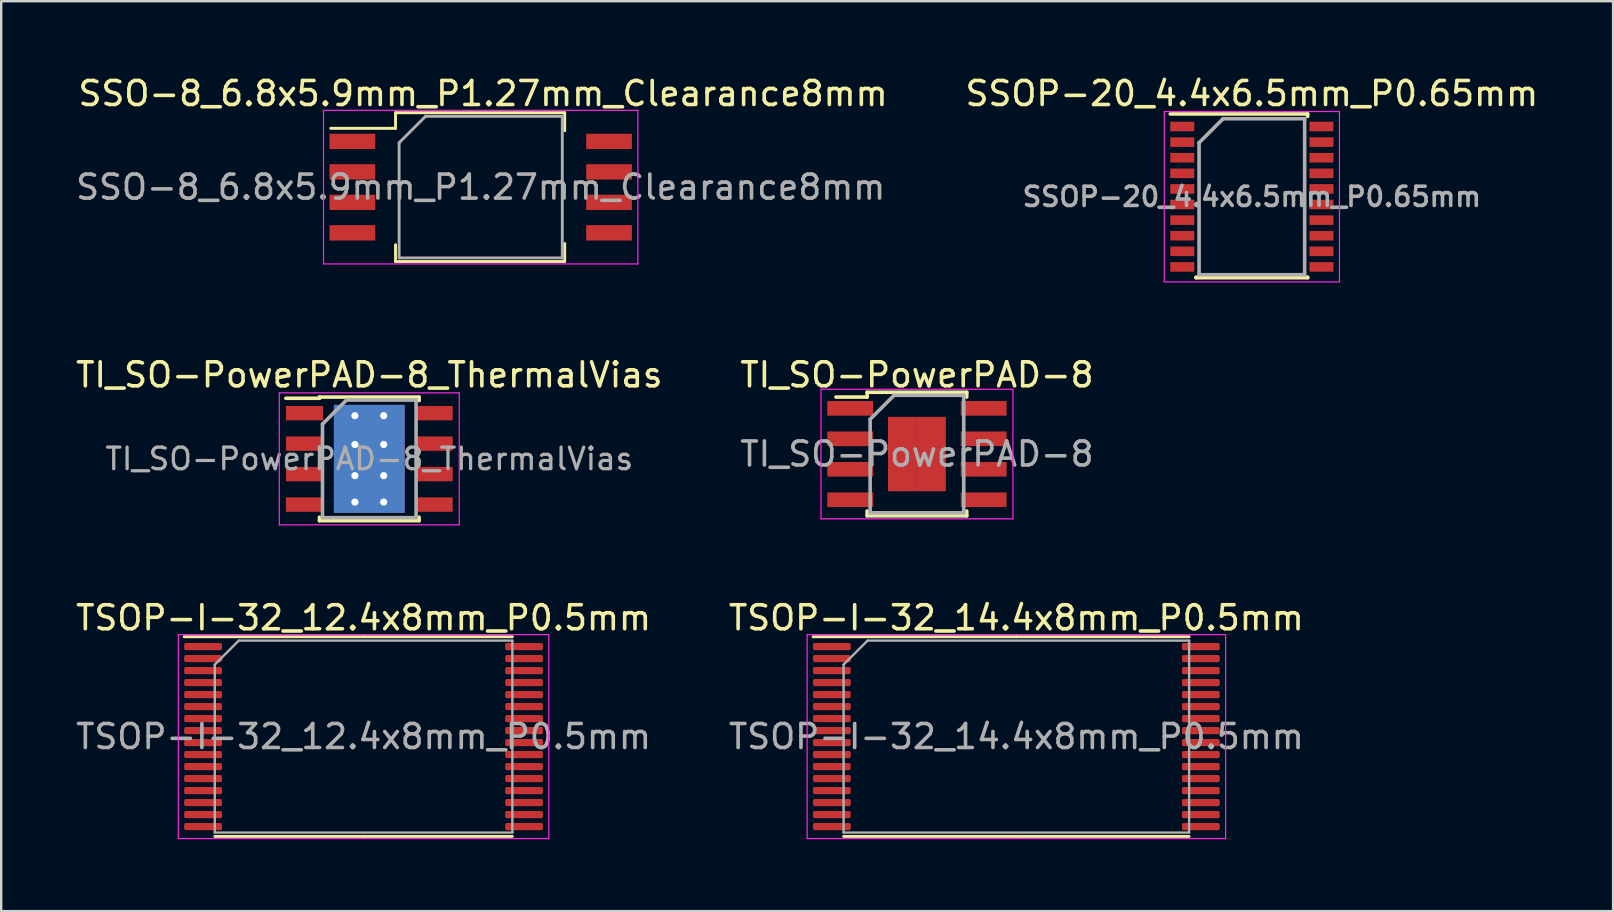
<source format=kicad_pcb>
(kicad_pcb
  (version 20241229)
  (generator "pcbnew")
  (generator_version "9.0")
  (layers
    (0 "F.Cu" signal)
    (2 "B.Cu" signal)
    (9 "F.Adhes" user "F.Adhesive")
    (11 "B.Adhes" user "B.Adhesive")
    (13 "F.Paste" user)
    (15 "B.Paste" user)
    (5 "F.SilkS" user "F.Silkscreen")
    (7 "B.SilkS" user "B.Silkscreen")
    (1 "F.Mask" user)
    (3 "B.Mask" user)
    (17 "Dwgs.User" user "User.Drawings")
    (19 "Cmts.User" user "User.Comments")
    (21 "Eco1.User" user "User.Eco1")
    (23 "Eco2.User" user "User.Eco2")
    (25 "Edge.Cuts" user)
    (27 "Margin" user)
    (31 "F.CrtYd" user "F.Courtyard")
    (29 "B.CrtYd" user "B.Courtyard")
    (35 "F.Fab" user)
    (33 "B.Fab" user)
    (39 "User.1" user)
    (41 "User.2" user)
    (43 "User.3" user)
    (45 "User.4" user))
  (footprint "SSO-8_6.8x5.9mm_P1.27mm_Clearance8mm"
    (layer "F.Cu")
    (at 16.982 4.748)
    (property "Reference" "SSO-8_6.8x5.9mm_P1.27mm_Clearance8mm" (at 0.1 -3.9 0) (layer "F.SilkS") (effects (font (size 1 1) (thickness 0.15))))
    (attr smd)
    (fp_line (start -3.55 -3.1) (end -3.55 -2.45) (stroke (width 0.12) (type solid)) (layer "F.SilkS"))
    (fp_line (start -3.55 -2.45) (end -6.25 -2.45) (stroke (width 0.12) (type solid)) (layer "F.SilkS"))
    (fp_line (start -3.55 2.4) (end -3.55 3.1) (stroke (width 0.12) (type solid)) (layer "F.SilkS"))
    (fp_line (start -3.55 3.1) (end 3.5 3.1) (stroke (width 0.12) (type solid)) (layer "F.SilkS"))
    (fp_line (start 3.5 -3.1) (end -3.55 -3.1) (stroke (width 0.12) (type solid)) (layer "F.SilkS"))
    (fp_line (start 3.5 -2.35) (end 3.5 -3.1) (stroke (width 0.12) (type solid)) (layer "F.SilkS"))
    (fp_line (start 3.5 3.1) (end 3.5 2.35) (stroke (width 0.12) (type solid)) (layer "F.SilkS"))
    (fp_line (start -6.55 -3.2) (end -6.55 3.2) (stroke (width 0.05) (type solid)) (layer "F.CrtYd"))
    (fp_line (start -6.55 -3.2) (end 6.55 -3.2) (stroke (width 0.05) (type solid)) (layer "F.CrtYd"))
    (fp_line (start 6.55 3.2) (end -6.55 3.2) (stroke (width 0.05) (type solid)) (layer "F.CrtYd"))
    (fp_line (start 6.55 3.2) (end 6.55 -3.2) (stroke (width 0.05) (type solid)) (layer "F.CrtYd"))
    (fp_line (start -3.4 -1.85) (end -3.4 2.95) (stroke (width 0.12) (type solid)) (layer "F.Fab"))
    (fp_line (start -3.4 2.95) (end 3.4 2.95) (stroke (width 0.12) (type solid)) (layer "F.Fab"))
    (fp_line (start -2.3 -2.95) (end -3.4 -1.85) (stroke (width 0.12) (type solid)) (layer "F.Fab"))
    (fp_line (start 3.4 -2.95) (end -2.3 -2.95) (stroke (width 0.12) (type solid)) (layer "F.Fab"))
    (fp_line (start 3.4 2.95) (end 3.4 -2.95) (stroke (width 0.12) (type solid)) (layer "F.Fab"))
    (fp_text user "${REFERENCE}" (at 0 0 0) (layer "F.Fab") (effects (font (size 1 1) (thickness 0.15))))
    (pad "1" smd rect (at -5.348 -1.905) (size 1.905 0.64) (layers "F.Cu" "F.Mask" "F.Paste"))
    (pad "2" smd rect (at -5.348 -0.635) (size 1.905 0.64) (layers "F.Cu" "F.Mask" "F.Paste"))
    (pad "3" smd rect (at -5.348 0.635) (size 1.905 0.64) (layers "F.Cu" "F.Mask" "F.Paste"))
    (pad "4" smd rect (at -5.348 1.905) (size 1.905 0.64) (layers "F.Cu" "F.Mask" "F.Paste"))
    (pad "5" smd rect (at 5.348 1.905) (size 1.905 0.64) (layers "F.Cu" "F.Mask" "F.Paste"))
    (pad "6" smd rect (at 5.348 0.635) (size 1.905 0.64) (layers "F.Cu" "F.Mask" "F.Paste"))
    (pad "7" smd rect (at 5.348 -0.635) (size 1.905 0.64) (layers "F.Cu" "F.Mask" "F.Paste"))
    (pad "8" smd rect (at 5.348 -1.905) (size 1.905 0.64) (layers "F.Cu" "F.Mask" "F.Paste")))
  (footprint "TSOP-I-32_12.4x8mm_P0.5mm"
    (layer "F.Cu")
    (at 12.101 27.645)
    (property "Reference" "TSOP-I-32_12.4x8mm_P0.5mm" (at 0 -4.95 0) (layer "F.SilkS") (effects (font (size 1 1) (thickness 0.15))))
    (attr smd)
    (fp_line (start 0 -4.16) (end -7.475 -4.16) (stroke (width 0.12) (type solid)) (layer "F.SilkS"))
    (fp_line (start 0 -4.16) (end 6.2 -4.16) (stroke (width 0.12) (type solid)) (layer "F.SilkS"))
    (fp_line (start 0 4.16) (end -6.2 4.16) (stroke (width 0.12) (type solid)) (layer "F.SilkS"))
    (fp_line (start 0 4.16) (end 6.2 4.16) (stroke (width 0.12) (type solid)) (layer "F.SilkS"))
    (fp_line (start -7.72 -4.25) (end -7.72 4.25) (stroke (width 0.05) (type solid)) (layer "F.CrtYd"))
    (fp_line (start -7.72 4.25) (end 7.72 4.25) (stroke (width 0.05) (type solid)) (layer "F.CrtYd"))
    (fp_line (start 7.72 -4.25) (end -7.72 -4.25) (stroke (width 0.05) (type solid)) (layer "F.CrtYd"))
    (fp_line (start 7.72 4.25) (end 7.72 -4.25) (stroke (width 0.05) (type solid)) (layer "F.CrtYd"))
    (fp_line (start -6.2 -3) (end -5.2 -4) (stroke (width 0.1) (type solid)) (layer "F.Fab"))
    (fp_line (start -6.2 4) (end -6.2 -3) (stroke (width 0.1) (type solid)) (layer "F.Fab"))
    (fp_line (start -5.2 -4) (end 6.2 -4) (stroke (width 0.1) (type solid)) (layer "F.Fab"))
    (fp_line (start 6.2 -4) (end 6.2 4) (stroke (width 0.1) (type solid)) (layer "F.Fab"))
    (fp_line (start 6.2 4) (end -6.2 4) (stroke (width 0.1) (type solid)) (layer "F.Fab"))
    (fp_text user "${REFERENCE}" (at 0 0 0) (layer "F.Fab") (effects (font (size 1 1) (thickness 0.15))))
    (pad "1" smd roundrect (at -6.688 -3.75) (size 1.575 0.3) (layers "F.Cu" "F.Mask" "F.Paste") (roundrect_rratio 0.25))
    (pad "2" smd roundrect (at -6.688 -3.25) (size 1.575 0.3) (layers "F.Cu" "F.Mask" "F.Paste") (roundrect_rratio 0.25))
    (pad "3" smd roundrect (at -6.688 -2.75) (size 1.575 0.3) (layers "F.Cu" "F.Mask" "F.Paste") (roundrect_rratio 0.25))
    (pad "4" smd roundrect (at -6.688 -2.25) (size 1.575 0.3) (layers "F.Cu" "F.Mask" "F.Paste") (roundrect_rratio 0.25))
    (pad "5" smd roundrect (at -6.688 -1.75) (size 1.575 0.3) (layers "F.Cu" "F.Mask" "F.Paste") (roundrect_rratio 0.25))
    (pad "6" smd roundrect (at -6.688 -1.25) (size 1.575 0.3) (layers "F.Cu" "F.Mask" "F.Paste") (roundrect_rratio 0.25))
    (pad "7" smd roundrect (at -6.688 -0.75) (size 1.575 0.3) (layers "F.Cu" "F.Mask" "F.Paste") (roundrect_rratio 0.25))
    (pad "8" smd roundrect (at -6.688 -0.25) (size 1.575 0.3) (layers "F.Cu" "F.Mask" "F.Paste") (roundrect_rratio 0.25))
    (pad "9" smd roundrect (at -6.688 0.25) (size 1.575 0.3) (layers "F.Cu" "F.Mask" "F.Paste") (roundrect_rratio 0.25))
    (pad "10" smd roundrect (at -6.688 0.75) (size 1.575 0.3) (layers "F.Cu" "F.Mask" "F.Paste") (roundrect_rratio 0.25))
    (pad "11" smd roundrect (at -6.688 1.25) (size 1.575 0.3) (layers "F.Cu" "F.Mask" "F.Paste") (roundrect_rratio 0.25))
    (pad "12" smd roundrect (at -6.688 1.75) (size 1.575 0.3) (layers "F.Cu" "F.Mask" "F.Paste") (roundrect_rratio 0.25))
    (pad "13" smd roundrect (at -6.688 2.25) (size 1.575 0.3) (layers "F.Cu" "F.Mask" "F.Paste") (roundrect_rratio 0.25))
    (pad "14" smd roundrect (at -6.688 2.75) (size 1.575 0.3) (layers "F.Cu" "F.Mask" "F.Paste") (roundrect_rratio 0.25))
    (pad "15" smd roundrect (at -6.688 3.25) (size 1.575 0.3) (layers "F.Cu" "F.Mask" "F.Paste") (roundrect_rratio 0.25))
    (pad "16" smd roundrect (at -6.688 3.75) (size 1.575 0.3) (layers "F.Cu" "F.Mask" "F.Paste") (roundrect_rratio 0.25))
    (pad "17" smd roundrect (at 6.688 3.75) (size 1.575 0.3) (layers "F.Cu" "F.Mask" "F.Paste") (roundrect_rratio 0.25))
    (pad "18" smd roundrect (at 6.688 3.25) (size 1.575 0.3) (layers "F.Cu" "F.Mask" "F.Paste") (roundrect_rratio 0.25))
    (pad "19" smd roundrect (at 6.688 2.75) (size 1.575 0.3) (layers "F.Cu" "F.Mask" "F.Paste") (roundrect_rratio 0.25))
    (pad "20" smd roundrect (at 6.688 2.25) (size 1.575 0.3) (layers "F.Cu" "F.Mask" "F.Paste") (roundrect_rratio 0.25))
    (pad "21" smd roundrect (at 6.688 1.75) (size 1.575 0.3) (layers "F.Cu" "F.Mask" "F.Paste") (roundrect_rratio 0.25))
    (pad "22" smd roundrect (at 6.688 1.25) (size 1.575 0.3) (layers "F.Cu" "F.Mask" "F.Paste") (roundrect_rratio 0.25))
    (pad "23" smd roundrect (at 6.688 0.75) (size 1.575 0.3) (layers "F.Cu" "F.Mask" "F.Paste") (roundrect_rratio 0.25))
    (pad "24" smd roundrect (at 6.688 0.25) (size 1.575 0.3) (layers "F.Cu" "F.Mask" "F.Paste") (roundrect_rratio 0.25))
    (pad "25" smd roundrect (at 6.688 -0.25) (size 1.575 0.3) (layers "F.Cu" "F.Mask" "F.Paste") (roundrect_rratio 0.25))
    (pad "26" smd roundrect (at 6.688 -0.75) (size 1.575 0.3) (layers "F.Cu" "F.Mask" "F.Paste") (roundrect_rratio 0.25))
    (pad "27" smd roundrect (at 6.688 -1.25) (size 1.575 0.3) (layers "F.Cu" "F.Mask" "F.Paste") (roundrect_rratio 0.25))
    (pad "28" smd roundrect (at 6.688 -1.75) (size 1.575 0.3) (layers "F.Cu" "F.Mask" "F.Paste") (roundrect_rratio 0.25))
    (pad "29" smd roundrect (at 6.688 -2.25) (size 1.575 0.3) (layers "F.Cu" "F.Mask" "F.Paste") (roundrect_rratio 0.25))
    (pad "30" smd roundrect (at 6.688 -2.75) (size 1.575 0.3) (layers "F.Cu" "F.Mask" "F.Paste") (roundrect_rratio 0.25))
    (pad "31" smd roundrect (at 6.688 -3.25) (size 1.575 0.3) (layers "F.Cu" "F.Mask" "F.Paste") (roundrect_rratio 0.25))
    (pad "32" smd roundrect (at 6.688 -3.75) (size 1.575 0.3) (layers "F.Cu" "F.Mask" "F.Paste") (roundrect_rratio 0.25)))
  (footprint "TSOP-I-32_14.4x8mm_P0.5mm"
    (layer "F.Cu")
    (at 39.304 27.645)
    (property "Reference" "TSOP-I-32_14.4x8mm_P0.5mm" (at 0 -4.95 0) (layer "F.SilkS") (effects (font (size 1 1) (thickness 0.15))))
    (attr smd)
    (fp_line (start 0 -4.16) (end -8.475 -4.16) (stroke (width 0.12) (type solid)) (layer "F.SilkS"))
    (fp_line (start 0 -4.16) (end 7.2 -4.16) (stroke (width 0.12) (type solid)) (layer "F.SilkS"))
    (fp_line (start 0 4.16) (end -7.2 4.16) (stroke (width 0.12) (type solid)) (layer "F.SilkS"))
    (fp_line (start 0 4.16) (end 7.2 4.16) (stroke (width 0.12) (type solid)) (layer "F.SilkS"))
    (fp_line (start -8.72 -4.25) (end -8.72 4.25) (stroke (width 0.05) (type solid)) (layer "F.CrtYd"))
    (fp_line (start -8.72 4.25) (end 8.72 4.25) (stroke (width 0.05) (type solid)) (layer "F.CrtYd"))
    (fp_line (start 8.72 -4.25) (end -8.72 -4.25) (stroke (width 0.05) (type solid)) (layer "F.CrtYd"))
    (fp_line (start 8.72 4.25) (end 8.72 -4.25) (stroke (width 0.05) (type solid)) (layer "F.CrtYd"))
    (fp_line (start -7.2 -3) (end -6.2 -4) (stroke (width 0.1) (type solid)) (layer "F.Fab"))
    (fp_line (start -7.2 4) (end -7.2 -3) (stroke (width 0.1) (type solid)) (layer "F.Fab"))
    (fp_line (start -6.2 -4) (end 7.2 -4) (stroke (width 0.1) (type solid)) (layer "F.Fab"))
    (fp_line (start 7.2 -4) (end 7.2 4) (stroke (width 0.1) (type solid)) (layer "F.Fab"))
    (fp_line (start 7.2 4) (end -7.2 4) (stroke (width 0.1) (type solid)) (layer "F.Fab"))
    (fp_text user "${REFERENCE}" (at 0 0 0) (layer "F.Fab") (effects (font (size 1 1) (thickness 0.15))))
    (pad "1" smd roundrect (at -7.688 -3.75) (size 1.575 0.3) (layers "F.Cu" "F.Mask" "F.Paste") (roundrect_rratio 0.25))
    (pad "2" smd roundrect (at -7.688 -3.25) (size 1.575 0.3) (layers "F.Cu" "F.Mask" "F.Paste") (roundrect_rratio 0.25))
    (pad "3" smd roundrect (at -7.688 -2.75) (size 1.575 0.3) (layers "F.Cu" "F.Mask" "F.Paste") (roundrect_rratio 0.25))
    (pad "4" smd roundrect (at -7.688 -2.25) (size 1.575 0.3) (layers "F.Cu" "F.Mask" "F.Paste") (roundrect_rratio 0.25))
    (pad "5" smd roundrect (at -7.688 -1.75) (size 1.575 0.3) (layers "F.Cu" "F.Mask" "F.Paste") (roundrect_rratio 0.25))
    (pad "6" smd roundrect (at -7.688 -1.25) (size 1.575 0.3) (layers "F.Cu" "F.Mask" "F.Paste") (roundrect_rratio 0.25))
    (pad "7" smd roundrect (at -7.688 -0.75) (size 1.575 0.3) (layers "F.Cu" "F.Mask" "F.Paste") (roundrect_rratio 0.25))
    (pad "8" smd roundrect (at -7.688 -0.25) (size 1.575 0.3) (layers "F.Cu" "F.Mask" "F.Paste") (roundrect_rratio 0.25))
    (pad "9" smd roundrect (at -7.688 0.25) (size 1.575 0.3) (layers "F.Cu" "F.Mask" "F.Paste") (roundrect_rratio 0.25))
    (pad "10" smd roundrect (at -7.688 0.75) (size 1.575 0.3) (layers "F.Cu" "F.Mask" "F.Paste") (roundrect_rratio 0.25))
    (pad "11" smd roundrect (at -7.688 1.25) (size 1.575 0.3) (layers "F.Cu" "F.Mask" "F.Paste") (roundrect_rratio 0.25))
    (pad "12" smd roundrect (at -7.688 1.75) (size 1.575 0.3) (layers "F.Cu" "F.Mask" "F.Paste") (roundrect_rratio 0.25))
    (pad "13" smd roundrect (at -7.688 2.25) (size 1.575 0.3) (layers "F.Cu" "F.Mask" "F.Paste") (roundrect_rratio 0.25))
    (pad "14" smd roundrect (at -7.688 2.75) (size 1.575 0.3) (layers "F.Cu" "F.Mask" "F.Paste") (roundrect_rratio 0.25))
    (pad "15" smd roundrect (at -7.688 3.25) (size 1.575 0.3) (layers "F.Cu" "F.Mask" "F.Paste") (roundrect_rratio 0.25))
    (pad "16" smd roundrect (at -7.688 3.75) (size 1.575 0.3) (layers "F.Cu" "F.Mask" "F.Paste") (roundrect_rratio 0.25))
    (pad "17" smd roundrect (at 7.688 3.75) (size 1.575 0.3) (layers "F.Cu" "F.Mask" "F.Paste") (roundrect_rratio 0.25))
    (pad "18" smd roundrect (at 7.688 3.25) (size 1.575 0.3) (layers "F.Cu" "F.Mask" "F.Paste") (roundrect_rratio 0.25))
    (pad "19" smd roundrect (at 7.688 2.75) (size 1.575 0.3) (layers "F.Cu" "F.Mask" "F.Paste") (roundrect_rratio 0.25))
    (pad "20" smd roundrect (at 7.688 2.25) (size 1.575 0.3) (layers "F.Cu" "F.Mask" "F.Paste") (roundrect_rratio 0.25))
    (pad "21" smd roundrect (at 7.688 1.75) (size 1.575 0.3) (layers "F.Cu" "F.Mask" "F.Paste") (roundrect_rratio 0.25))
    (pad "22" smd roundrect (at 7.688 1.25) (size 1.575 0.3) (layers "F.Cu" "F.Mask" "F.Paste") (roundrect_rratio 0.25))
    (pad "23" smd roundrect (at 7.688 0.75) (size 1.575 0.3) (layers "F.Cu" "F.Mask" "F.Paste") (roundrect_rratio 0.25))
    (pad "24" smd roundrect (at 7.688 0.25) (size 1.575 0.3) (layers "F.Cu" "F.Mask" "F.Paste") (roundrect_rratio 0.25))
    (pad "25" smd roundrect (at 7.688 -0.25) (size 1.575 0.3) (layers "F.Cu" "F.Mask" "F.Paste") (roundrect_rratio 0.25))
    (pad "26" smd roundrect (at 7.688 -0.75) (size 1.575 0.3) (layers "F.Cu" "F.Mask" "F.Paste") (roundrect_rratio 0.25))
    (pad "27" smd roundrect (at 7.688 -1.25) (size 1.575 0.3) (layers "F.Cu" "F.Mask" "F.Paste") (roundrect_rratio 0.25))
    (pad "28" smd roundrect (at 7.688 -1.75) (size 1.575 0.3) (layers "F.Cu" "F.Mask" "F.Paste") (roundrect_rratio 0.25))
    (pad "29" smd roundrect (at 7.688 -2.25) (size 1.575 0.3) (layers "F.Cu" "F.Mask" "F.Paste") (roundrect_rratio 0.25))
    (pad "30" smd roundrect (at 7.688 -2.75) (size 1.575 0.3) (layers "F.Cu" "F.Mask" "F.Paste") (roundrect_rratio 0.25))
    (pad "31" smd roundrect (at 7.688 -3.25) (size 1.575 0.3) (layers "F.Cu" "F.Mask" "F.Paste") (roundrect_rratio 0.25))
    (pad "32" smd roundrect (at 7.688 -3.75) (size 1.575 0.3) (layers "F.Cu" "F.Mask" "F.Paste") (roundrect_rratio 0.25)))
  (footprint "TI_SO-PowerPAD-8_ThermalVias"
    (layer "F.Cu")
    (at 12.339 16.072)
    (property "Reference" "TI_SO-PowerPAD-8_ThermalVias" (at 0 -3.5 0) (layer "F.SilkS") (effects (font (size 1 1) (thickness 0.15))))
    (attr smd)
    (fp_line (start -2.075 -2.575) (end -2.075 -2.525) (stroke (width 0.15) (type solid)) (layer "F.SilkS"))
    (fp_line (start -2.075 -2.575) (end 2.075 -2.575) (stroke (width 0.15) (type solid)) (layer "F.SilkS"))
    (fp_line (start -2.075 -2.525) (end -3.475 -2.525) (stroke (width 0.15) (type solid)) (layer "F.SilkS"))
    (fp_line (start -2.075 2.575) (end -2.075 2.43) (stroke (width 0.15) (type solid)) (layer "F.SilkS"))
    (fp_line (start -2.075 2.575) (end 2.075 2.575) (stroke (width 0.15) (type solid)) (layer "F.SilkS"))
    (fp_line (start 2.075 -2.575) (end 2.075 -2.43) (stroke (width 0.15) (type solid)) (layer "F.SilkS"))
    (fp_line (start 2.075 2.575) (end 2.075 2.43) (stroke (width 0.15) (type solid)) (layer "F.SilkS"))
    (fp_line (start -3.75 -2.75) (end -3.75 2.75) (stroke (width 0.05) (type solid)) (layer "F.CrtYd"))
    (fp_line (start -3.75 -2.75) (end 3.75 -2.75) (stroke (width 0.05) (type solid)) (layer "F.CrtYd"))
    (fp_line (start -3.75 2.75) (end 3.75 2.75) (stroke (width 0.05) (type solid)) (layer "F.CrtYd"))
    (fp_line (start 3.75 -2.75) (end 3.75 2.75) (stroke (width 0.05) (type solid)) (layer "F.CrtYd"))
    (fp_line (start -1.95 -1.45) (end -0.95 -2.45) (stroke (width 0.15) (type solid)) (layer "F.Fab"))
    (fp_line (start -1.95 2.45) (end -1.95 -1.45) (stroke (width 0.15) (type solid)) (layer "F.Fab"))
    (fp_line (start -0.95 -2.45) (end 1.95 -2.45) (stroke (width 0.15) (type solid)) (layer "F.Fab"))
    (fp_line (start 1.95 -2.45) (end 1.95 2.45) (stroke (width 0.15) (type solid)) (layer "F.Fab"))
    (fp_line (start 1.95 2.45) (end -1.95 2.45) (stroke (width 0.15) (type solid)) (layer "F.Fab"))
    (fp_text user "${REFERENCE}" (at 0 0 0) (layer "F.Fab") (effects (font (size 0.9 0.9) (thickness 0.135))))
    (pad "1" smd rect (at -2.7 -1.905) (size 1.55 0.6) (layers "F.Cu" "F.Mask" "F.Paste"))
    (pad "2" smd rect (at -2.7 -0.635) (size 1.55 0.6) (layers "F.Cu" "F.Mask" "F.Paste"))
    (pad "3" smd rect (at -2.7 0.635) (size 1.55 0.6) (layers "F.Cu" "F.Mask" "F.Paste"))
    (pad "4" smd rect (at -2.7 1.905) (size 1.55 0.6) (layers "F.Cu" "F.Mask" "F.Paste"))
    (pad "5" smd rect (at 2.7 1.905) (size 1.55 0.6) (layers "F.Cu" "F.Mask" "F.Paste"))
    (pad "6" smd rect (at 2.7 0.635) (size 1.55 0.6) (layers "F.Cu" "F.Mask" "F.Paste"))
    (pad "7" smd rect (at 2.7 -0.635) (size 1.55 0.6) (layers "F.Cu" "F.Mask" "F.Paste"))
    (pad "8" smd rect (at 2.7 -1.905) (size 1.55 0.6) (layers "F.Cu" "F.Mask" "F.Paste"))
    (pad "9" thru_hole circle (at -0.6 -1.8) (size 0.6 0.6) (drill 0.3) (layers "*.Cu"))
    (pad "9" thru_hole circle (at -0.6 -0.6) (size 0.6 0.6) (drill 0.3) (layers "*.Cu"))
    (pad "9" thru_hole circle (at -0.6 0.7) (size 0.6 0.6) (drill 0.3) (layers "*.Cu"))
    (pad "9" thru_hole circle (at -0.6 1.8) (size 0.6 0.6) (drill 0.3) (layers "*.Cu"))
    (pad "9" smd rect (at 0 0) (size 2.6 3.1) (layers "F.Cu" "F.Mask" "F.Paste"))
    (pad "9" smd rect (at 0 0) (size 2.95 4.5) (layers "F.Cu"))
    (pad "9" smd rect (at 0 0) (size 2.95 4.5) (layers "B.Cu"))
    (pad "9" thru_hole circle (at 0.6 -1.8) (size 0.6 0.6) (drill 0.3) (layers "*.Cu"))
    (pad "9" thru_hole circle (at 0.6 -0.6) (size 0.6 0.6) (drill 0.3) (layers "*.Cu"))
    (pad "9" thru_hole circle (at 0.6 0.7) (size 0.6 0.6) (drill 0.3) (layers "*.Cu"))
    (pad "9" thru_hole circle (at 0.6 1.8) (size 0.6 0.6) (drill 0.3) (layers "*.Cu")))
  (footprint "SSOP-20_4.4x6.5mm_P0.65mm"
    (layer "F.Cu")
    (at 49.118 5.148)
    (property "Reference" "SSOP-20_4.4x6.5mm_P0.65mm" (at 0 -4.3 0) (layer "F.SilkS") (effects (font (size 1 1) (thickness 0.15))))
    (attr smd)
    (fp_line (start -3.4 -3.45) (end 2.325 -3.45) (stroke (width 0.15) (type solid)) (layer "F.SilkS"))
    (fp_line (start -2.325 3.375) (end -2.325 3.35) (stroke (width 0.15) (type solid)) (layer "F.SilkS"))
    (fp_line (start -2.325 3.375) (end 2.325 3.375) (stroke (width 0.15) (type solid)) (layer "F.SilkS"))
    (fp_line (start 2.325 -3.45) (end 2.325 -3.35) (stroke (width 0.15) (type solid)) (layer "F.SilkS"))
    (fp_line (start 2.325 3.375) (end 2.325 3.35) (stroke (width 0.15) (type solid)) (layer "F.SilkS"))
    (fp_line (start -3.65 -3.55) (end -3.65 3.55) (stroke (width 0.05) (type solid)) (layer "F.CrtYd"))
    (fp_line (start -3.65 -3.55) (end 3.65 -3.55) (stroke (width 0.05) (type solid)) (layer "F.CrtYd"))
    (fp_line (start -3.65 3.55) (end 3.65 3.55) (stroke (width 0.05) (type solid)) (layer "F.CrtYd"))
    (fp_line (start 3.65 -3.55) (end 3.65 3.55) (stroke (width 0.05) (type solid)) (layer "F.CrtYd"))
    (fp_line (start -2.2 -2.25) (end -1.2 -3.25) (stroke (width 0.15) (type solid)) (layer "F.Fab"))
    (fp_line (start -2.2 3.25) (end -2.2 -2.25) (stroke (width 0.15) (type solid)) (layer "F.Fab"))
    (fp_line (start -1.2 -3.25) (end 2.2 -3.25) (stroke (width 0.15) (type solid)) (layer "F.Fab"))
    (fp_line (start 2.2 -3.25) (end 2.2 3.25) (stroke (width 0.15) (type solid)) (layer "F.Fab"))
    (fp_line (start 2.2 3.25) (end -2.2 3.25) (stroke (width 0.15) (type solid)) (layer "F.Fab"))
    (fp_text user "${REFERENCE}" (at 0 0 0) (layer "F.Fab") (effects (font (size 0.8 0.8) (thickness 0.15))))
    (pad "1" smd rect (at -2.9 -2.925) (size 1 0.4) (layers "F.Cu" "F.Mask" "F.Paste"))
    (pad "2" smd rect (at -2.9 -2.275) (size 1 0.4) (layers "F.Cu" "F.Mask" "F.Paste"))
    (pad "3" smd rect (at -2.9 -1.625) (size 1 0.4) (layers "F.Cu" "F.Mask" "F.Paste"))
    (pad "4" smd rect (at -2.9 -0.975) (size 1 0.4) (layers "F.Cu" "F.Mask" "F.Paste"))
    (pad "5" smd rect (at -2.9 -0.325) (size 1 0.4) (layers "F.Cu" "F.Mask" "F.Paste"))
    (pad "6" smd rect (at -2.9 0.325) (size 1 0.4) (layers "F.Cu" "F.Mask" "F.Paste"))
    (pad "7" smd rect (at -2.9 0.975) (size 1 0.4) (layers "F.Cu" "F.Mask" "F.Paste"))
    (pad "8" smd rect (at -2.9 1.625) (size 1 0.4) (layers "F.Cu" "F.Mask" "F.Paste"))
    (pad "9" smd rect (at -2.9 2.275) (size 1 0.4) (layers "F.Cu" "F.Mask" "F.Paste"))
    (pad "10" smd rect (at -2.9 2.925) (size 1 0.4) (layers "F.Cu" "F.Mask" "F.Paste"))
    (pad "11" smd rect (at 2.9 2.925) (size 1 0.4) (layers "F.Cu" "F.Mask" "F.Paste"))
    (pad "12" smd rect (at 2.9 2.275) (size 1 0.4) (layers "F.Cu" "F.Mask" "F.Paste"))
    (pad "13" smd rect (at 2.9 1.625) (size 1 0.4) (layers "F.Cu" "F.Mask" "F.Paste"))
    (pad "14" smd rect (at 2.9 0.975) (size 1 0.4) (layers "F.Cu" "F.Mask" "F.Paste"))
    (pad "15" smd rect (at 2.9 0.325) (size 1 0.4) (layers "F.Cu" "F.Mask" "F.Paste"))
    (pad "16" smd rect (at 2.9 -0.325) (size 1 0.4) (layers "F.Cu" "F.Mask" "F.Paste"))
    (pad "17" smd rect (at 2.9 -0.975) (size 1 0.4) (layers "F.Cu" "F.Mask" "F.Paste"))
    (pad "18" smd rect (at 2.9 -1.625) (size 1 0.4) (layers "F.Cu" "F.Mask" "F.Paste"))
    (pad "19" smd rect (at 2.9 -2.275) (size 1 0.4) (layers "F.Cu" "F.Mask" "F.Paste"))
    (pad "20" smd rect (at 2.9 -2.925) (size 1 0.4) (layers "F.Cu" "F.Mask" "F.Paste")))
  (footprint "TI_SO-PowerPAD-8"
    (layer "F.Cu")
    (at 35.161 15.871)
    (property "Reference" "TI_SO-PowerPAD-8" (at 0 -3.3 0) (layer "F.SilkS") (effects (font (size 1 1) (thickness 0.15))))
    (attr smd)
    (fp_line (start -2.075 -2.575) (end -2.075 -2.375) (stroke (width 0.15) (type solid)) (layer "F.SilkS"))
    (fp_line (start -2.075 -2.575) (end 2.075 -2.575) (stroke (width 0.15) (type solid)) (layer "F.SilkS"))
    (fp_line (start -2.075 -2.375) (end -3.375 -2.375) (stroke (width 0.15) (type solid)) (layer "F.SilkS"))
    (fp_line (start -2.075 2.575) (end -2.075 2.375) (stroke (width 0.15) (type solid)) (layer "F.SilkS"))
    (fp_line (start -2.075 2.575) (end 2.075 2.575) (stroke (width 0.15) (type solid)) (layer "F.SilkS"))
    (fp_line (start 2.075 -2.575) (end 2.075 -2.375) (stroke (width 0.15) (type solid)) (layer "F.SilkS"))
    (fp_line (start 2.075 2.575) (end 2.075 2.375) (stroke (width 0.15) (type solid)) (layer "F.SilkS"))
    (fp_line (start -4 -2.7) (end -4 2.7) (stroke (width 0.05) (type solid)) (layer "F.CrtYd"))
    (fp_line (start -4 -2.7) (end 4 -2.7) (stroke (width 0.05) (type solid)) (layer "F.CrtYd"))
    (fp_line (start -4 2.7) (end 4 2.7) (stroke (width 0.05) (type solid)) (layer "F.CrtYd"))
    (fp_line (start 4 -2.7) (end 4 2.7) (stroke (width 0.05) (type solid)) (layer "F.CrtYd"))
    (fp_line (start -1.95 -1.45) (end -0.95 -2.45) (stroke (width 0.15) (type solid)) (layer "F.Fab"))
    (fp_line (start -1.95 2.45) (end -1.95 -1.45) (stroke (width 0.15) (type solid)) (layer "F.Fab"))
    (fp_line (start -0.95 -2.45) (end 1.95 -2.45) (stroke (width 0.15) (type solid)) (layer "F.Fab"))
    (fp_line (start 1.95 -2.45) (end 1.95 2.45) (stroke (width 0.15) (type solid)) (layer "F.Fab"))
    (fp_line (start 1.95 2.45) (end -1.95 2.45) (stroke (width 0.15) (type solid)) (layer "F.Fab"))
    (fp_text user "${REFERENCE}" (at 0 0 0) (layer "F.Fab") (effects (font (size 1 1) (thickness 0.15))))
    (pad "1" smd rect (at -2.78 -1.905) (size 1.91 0.61) (layers "F.Cu" "F.Mask" "F.Paste"))
    (pad "2" smd rect (at -2.78 -0.635) (size 1.91 0.61) (layers "F.Cu" "F.Mask" "F.Paste"))
    (pad "3" smd rect (at -2.78 0.635) (size 1.91 0.61) (layers "F.Cu" "F.Mask" "F.Paste"))
    (pad "4" smd rect (at -2.78 1.905) (size 1.91 0.61) (layers "F.Cu" "F.Mask" "F.Paste"))
    (pad "5" smd rect (at 2.78 1.905) (size 1.91 0.61) (layers "F.Cu" "F.Mask" "F.Paste"))
    (pad "6" smd rect (at 2.78 0.635) (size 1.91 0.61) (layers "F.Cu" "F.Mask" "F.Paste"))
    (pad "7" smd rect (at 2.78 -0.635) (size 1.91 0.61) (layers "F.Cu" "F.Mask" "F.Paste"))
    (pad "8" smd rect (at 2.78 -1.905) (size 1.91 0.61) (layers "F.Cu" "F.Mask" "F.Paste"))
    (pad "9" smd rect (at -0.603 -0.775) (size 1.205 1.55) (layers "F.Cu" "F.Mask" "F.Paste"))
    (pad "9" smd rect (at -0.603 0.775) (size 1.205 1.55) (layers "F.Cu" "F.Mask" "F.Paste"))
    (pad "9" smd rect (at 0.603 -0.775) (size 1.205 1.55) (layers "F.Cu" "F.Mask" "F.Paste"))
    (pad "9" smd rect (at 0.603 0.775) (size 1.205 1.55) (layers "F.Cu" "F.Mask" "F.Paste")))
  (gr_rect
    (start -3 -3)
    (end 64.171 34.92)
    (stroke (width 0.1) (type default))
    (fill no)
    (layer "Edge.Cuts")))
</source>
